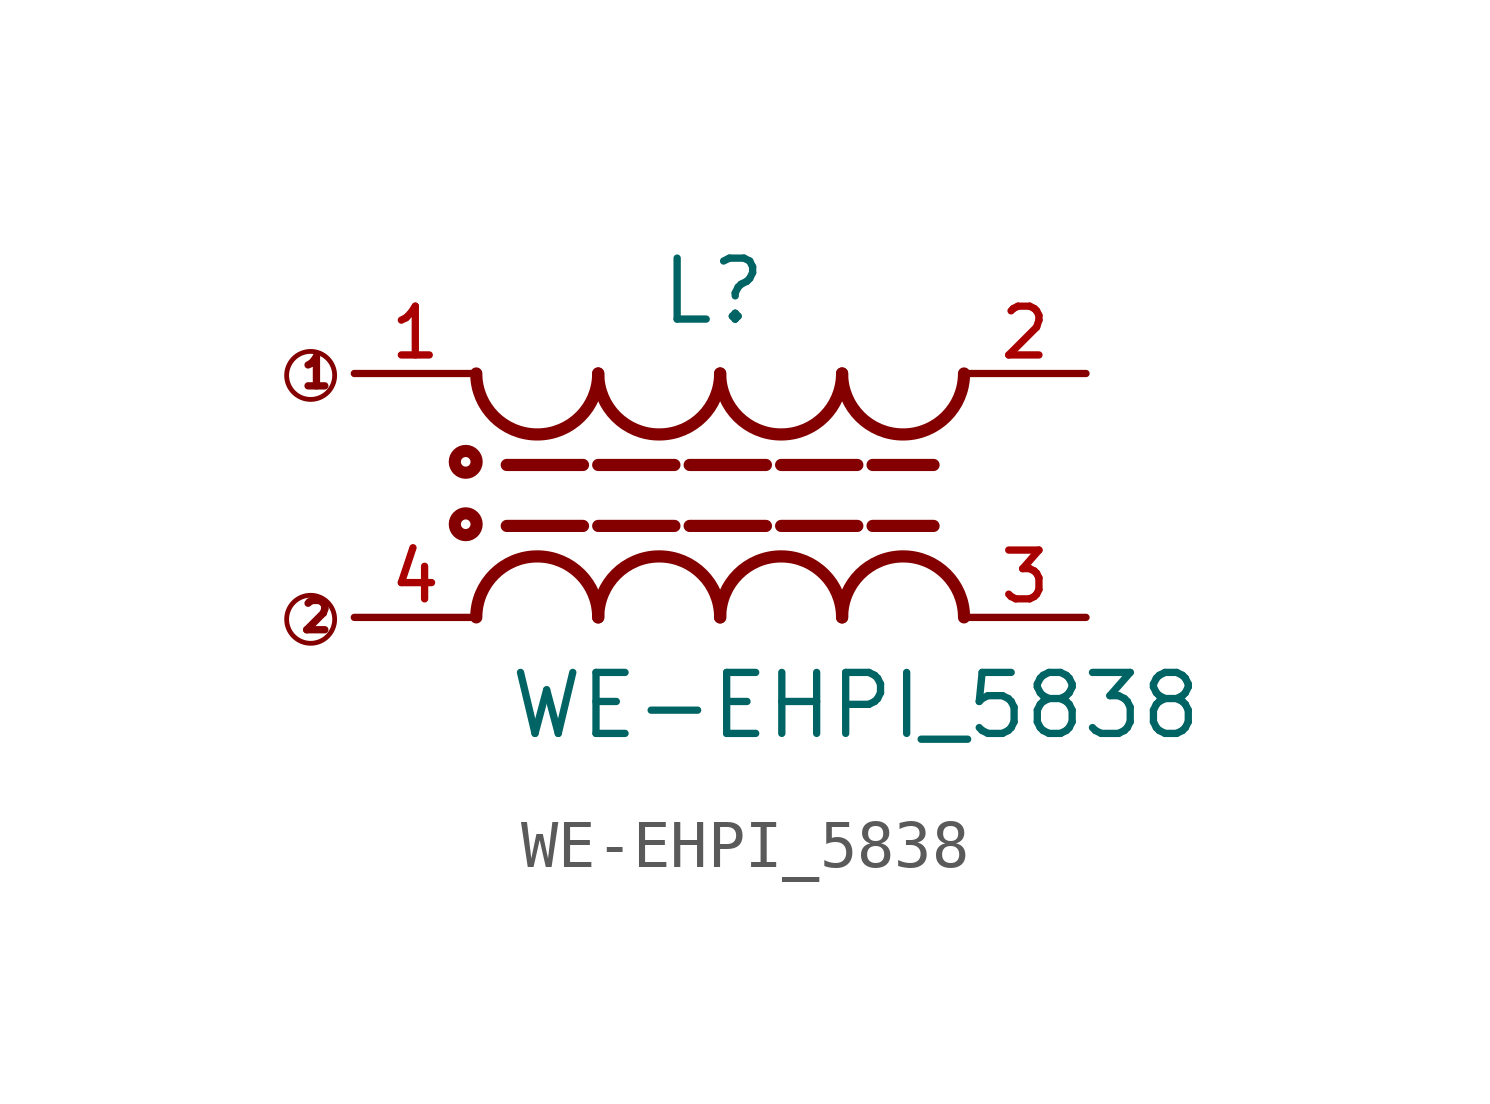
<source format=kicad_sym>
(kicad_symbol_lib
  (version 20211014)
  (generator kicad_symbol_editor)
  (symbol "WE-EHPI_5838"
    (pin_names
      (offset 1.016))
    (property "Reference" "L"
      (at -0.14 3.51 0)
      (effects (font (size 1.27 1.27)) (justify bottom)))
    (property "Value" "WE-EHPI_5838"
      (at -4.44 -5.12 0)
      (effects (font (size 1.27 1.27)) (justify bottom left)))
    (symbol "WE-EHPI_5838_0_0"
      (text "1" (at -8.8 2.2 0) (effects (font (size 0.61 0.61)) (justify bottom left)))
      (text "2" (at -8.8 -2.88 0) (effects (font (size 0.61 0.61)) (justify bottom left)))
      (arc (start -5.08 2.54) (mid -3.81 1.27) (end -2.54 2.54) (stroke (width 0.254) (type default) (color 0 0 0 0)) (fill (type none)))
      (arc (start -2.54 2.54) (mid -1.27 1.27) (end 0.0 2.54) (stroke (width 0.254) (type default) (color 0 0 0 0)) (fill (type none)))
      (arc (start 0.0 2.54) (mid 1.27 1.27) (end 2.54 2.54) (stroke (width 0.254) (type default) (color 0 0 0 0)) (fill (type none)))
      (arc (start 2.54 2.54) (mid 3.81 1.27) (end 5.08 2.54) (stroke (width 0.254) (type default) (color 0 0 0 0)) (fill (type none)))
      (arc (start 5.08 -2.54) (mid 3.81 -1.27) (end 2.54 -2.54) (stroke (width 0.254) (type default) (color 0 0 0 0)) (fill (type none)))
      (arc (start 2.54 -2.54) (mid 1.27 -1.27) (end 0.0 -2.54) (stroke (width 0.254) (type default) (color 0 0 0 0)) (fill (type none)))
      (arc (start 0.0 -2.54) (mid -1.27 -1.27) (end -2.54 -2.54) (stroke (width 0.254) (type default) (color 0 0 0 0)) (fill (type none)))
      (arc (start -2.54 -2.54) (mid -3.81 -1.27) (end -5.08 -2.54) (stroke (width 0.254) (type default) (color 0 0 0 0)) (fill (type none)))
      (circle (center -5.3 0.7) (radius 0.1) (stroke (width 0.254)) (fill (type none)))
      (circle (center -5.3 -0.6) (radius 0.1) (stroke (width 0.254)) (fill (type none)))
      (circle (center -8.53 2.5) (radius 0.5) (stroke (width 0.1)) (fill (type none)))
      (circle (center -8.53 -2.58) (radius 0.5) (stroke (width 0.1)) (fill (type none)))
      (polyline (pts (xy -4.445 0.635) (xy -2.857 0.635)) (stroke (width 0.254)))
      (polyline (pts (xy -2.54 0.635) (xy -0.953 0.635)) (stroke (width 0.254)))
      (polyline (pts (xy -0.635 0.635) (xy 0.953 0.635)) (stroke (width 0.254)))
      (polyline (pts (xy 1.27 0.635) (xy 2.857 0.635)) (stroke (width 0.254)))
      (polyline (pts (xy 3.175 0.635) (xy 4.445 0.635)) (stroke (width 0.254)))
      (polyline (pts (xy -4.445 -0.635) (xy -2.857 -0.635)) (stroke (width 0.254)))
      (polyline (pts (xy -2.54 -0.635) (xy -0.953 -0.635)) (stroke (width 0.254)))
      (polyline (pts (xy -0.635 -0.635) (xy 0.953 -0.635)) (stroke (width 0.254)))
      (polyline (pts (xy 1.27 -0.635) (xy 2.857 -0.635)) (stroke (width 0.254)))
      (polyline (pts (xy 3.175 -0.635) (xy 4.445 -0.635)) (stroke (width 0.254)))
      (pin passive line (at -7.62 2.54 0) (length 2.54) (name "~" (effects (font (size 1.016 1.016)))) (number "1" (effects (font (size 1.016 1.016)))))
      (pin passive line (at 7.62 2.54 180.0) (length 2.54) (name "~" (effects (font (size 1.016 1.016)))) (number "2" (effects (font (size 1.016 1.016)))))
      (pin passive line (at -7.62 -2.54 0) (length 2.54) (name "~" (effects (font (size 1.016 1.016)))) (number "4" (effects (font (size 1.016 1.016)))))
      (pin passive line (at 7.62 -2.54 180.0) (length 2.54) (name "~" (effects (font (size 1.016 1.016)))) (number "3" (effects (font (size 1.016 1.016))))))))
</source>
